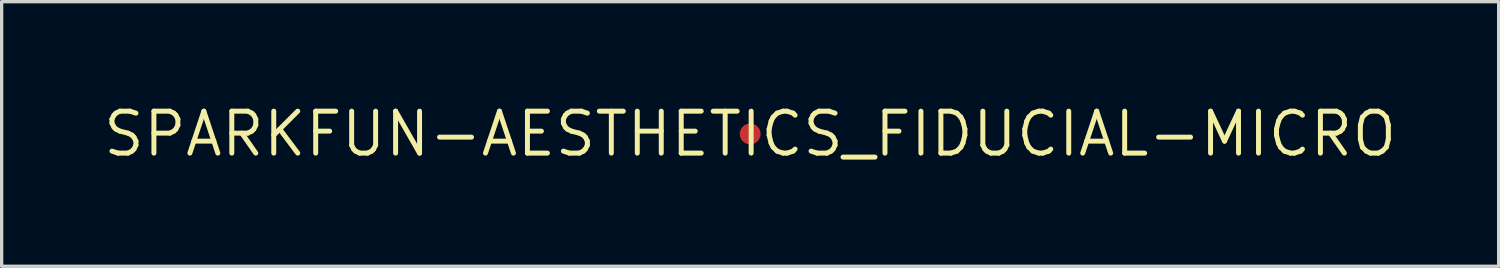
<source format=kicad_pcb>
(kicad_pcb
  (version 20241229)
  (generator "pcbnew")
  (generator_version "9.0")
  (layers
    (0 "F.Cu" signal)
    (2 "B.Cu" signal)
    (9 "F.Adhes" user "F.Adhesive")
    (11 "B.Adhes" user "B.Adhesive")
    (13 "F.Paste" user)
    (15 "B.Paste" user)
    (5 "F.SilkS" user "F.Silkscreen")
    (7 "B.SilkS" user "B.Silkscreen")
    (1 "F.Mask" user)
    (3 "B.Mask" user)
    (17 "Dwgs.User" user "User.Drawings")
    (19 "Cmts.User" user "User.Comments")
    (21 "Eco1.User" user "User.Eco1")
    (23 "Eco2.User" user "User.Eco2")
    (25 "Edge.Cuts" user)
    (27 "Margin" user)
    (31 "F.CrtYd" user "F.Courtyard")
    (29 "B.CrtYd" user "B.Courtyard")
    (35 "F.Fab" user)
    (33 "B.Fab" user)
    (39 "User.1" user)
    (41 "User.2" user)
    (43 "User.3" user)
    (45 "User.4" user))
  (footprint "SPARKFUN-AESTHETICS_FIDUCIAL-MICRO"
    (layer "F.Cu")
    (at 19.662 1.006)
    (property "Reference" "SPARKFUN-AESTHETICS_FIDUCIAL-MICRO" (at 0 0 0) (layer "F.SilkS") (effects (font (size 1.27 1.27) (thickness 0.15))))
    (pad "1" smd roundrect (at 0 0) (size 0.635 0.635) (layers "F.Cu" "F.Mask") (roundrect_rratio 0.5)))
  (gr_rect
    (start -3 -3)
    (end 42.324 5.012)
    (stroke (width 0.1) (type default))
    (fill no)
    (layer "Edge.Cuts")))
</source>
